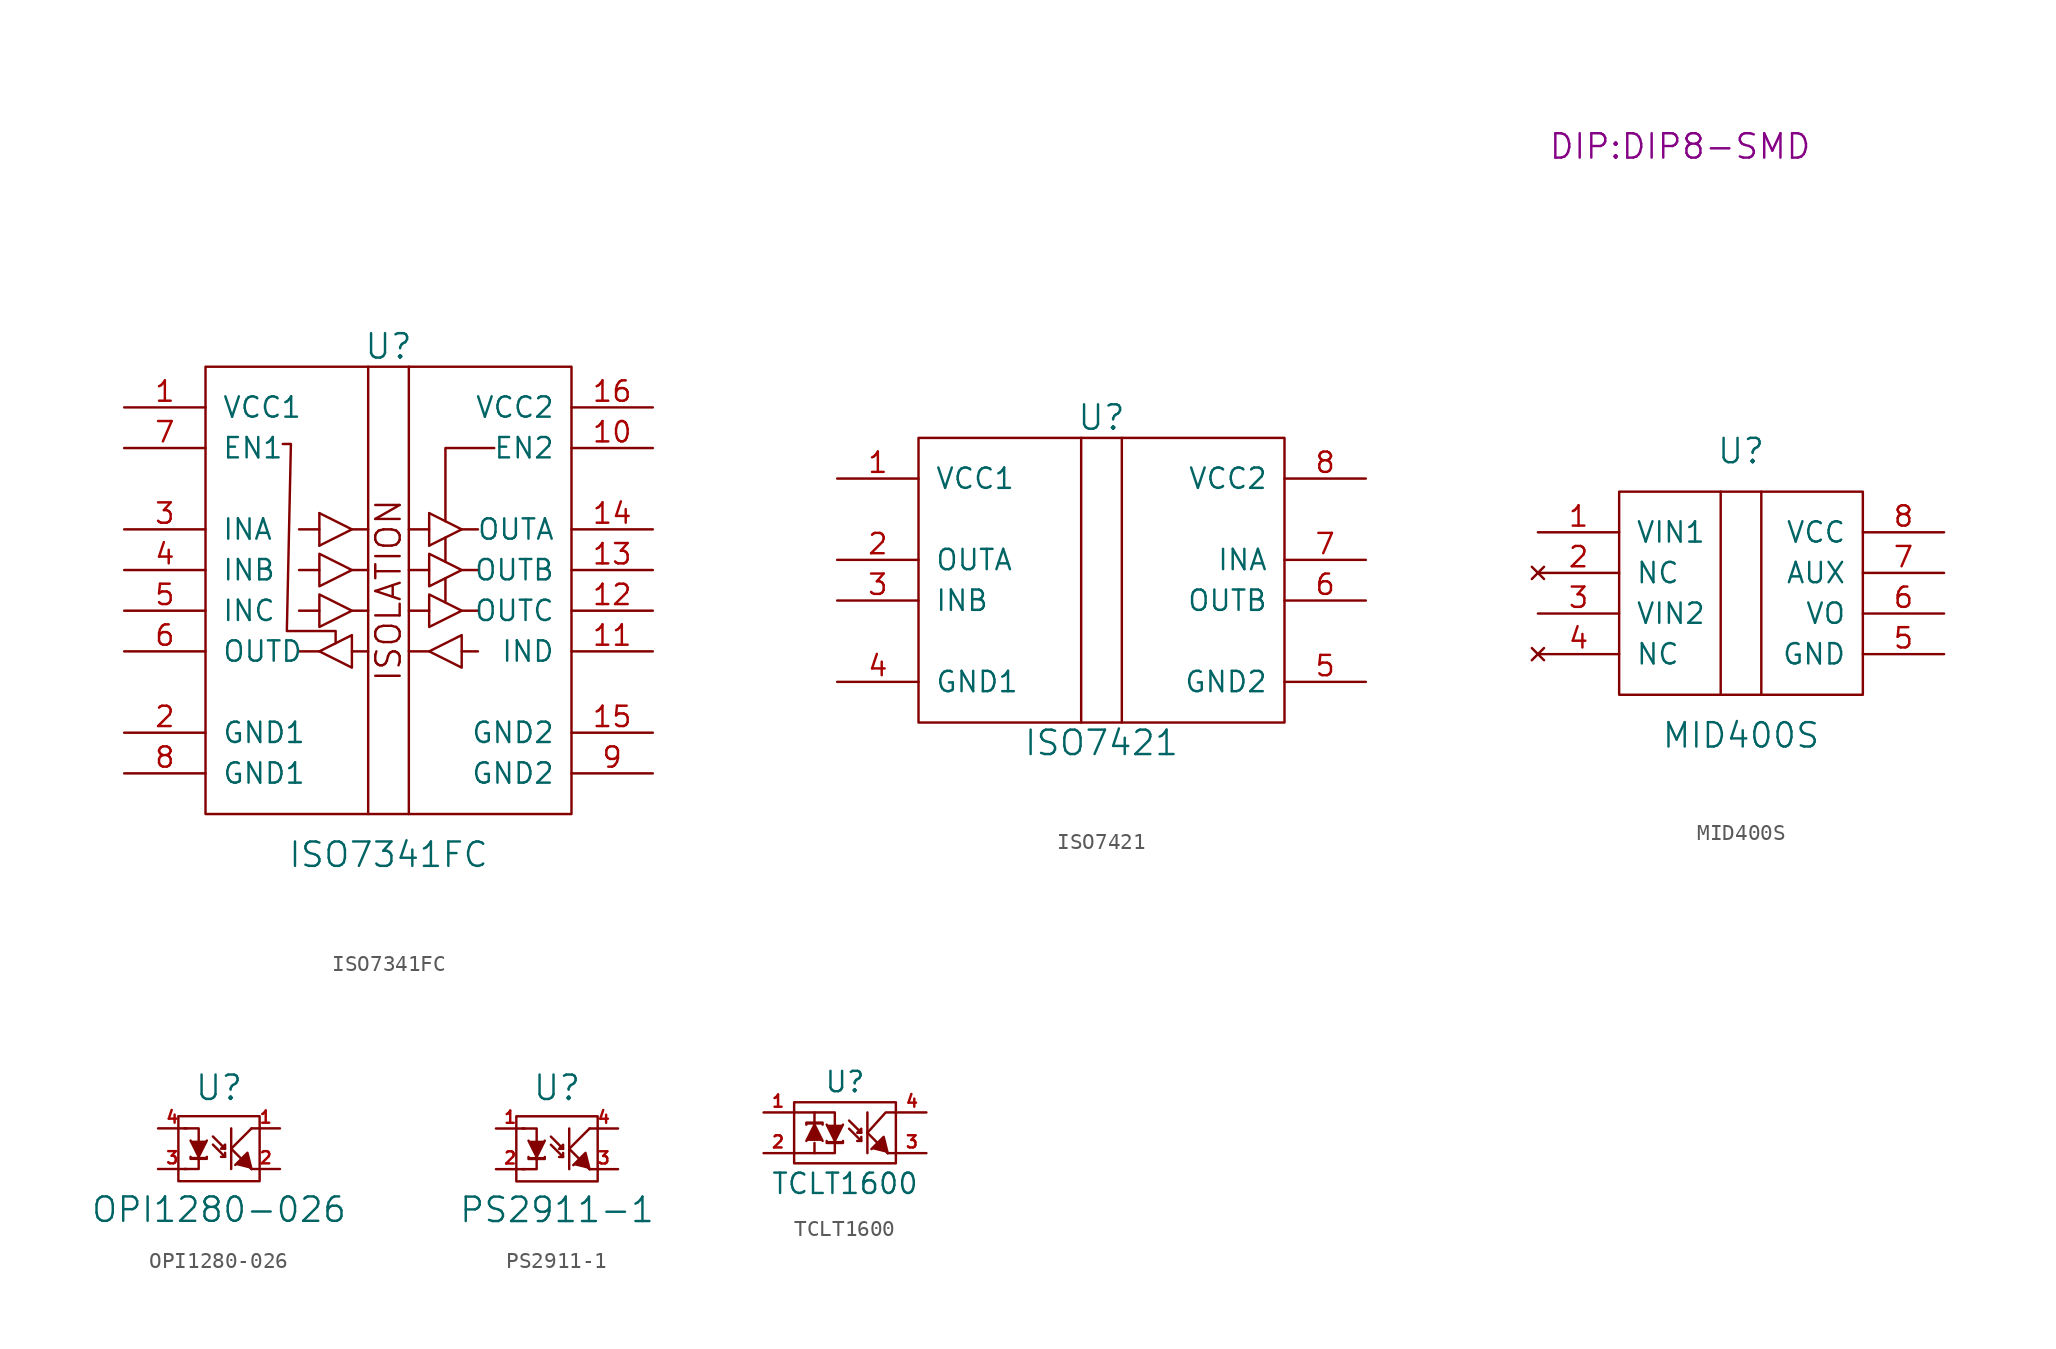
<source format=kicad_sym>
(kicad_symbol_lib
  (version 20201005)
  (generator kicad_symbol_editor)
  (symbol "ISO7341FC"
    (pin_names
      (offset 1.016))
    (property "Reference" "U"
      (at 0 15.24 0)
      (effects (font (size 1.524 1.524))))
    (property "Value" "ISO7341FC"
      (at 0 -16.51 0)
      (effects (font (size 1.524 1.524))))
    (property "Footprint" ""
      (at -3.81 27.94 0)
      (effects (font (size 1.524 1.524))))
    (symbol "ISO7341FC_0_0"
      (text "ISOLATION" (at 0 0 900) (effects (font (size 1.524 1.524)))))
    (symbol "ISO7341FC_0_1"
      (rectangle (start -11.43 13.97) (end 11.43 -13.97) (stroke (width 0)) (fill (type none)))
      (polyline (pts (xy -5.588 -3.81) (xy -4.318 -3.81)) (stroke (width 0)) (fill (type none)))
      (polyline (pts (xy -5.588 -1.27) (xy -4.318 -1.27)) (stroke (width 0)) (fill (type none)))
      (polyline (pts (xy -4.318 1.27) (xy -5.588 1.27)) (stroke (width 0)) (fill (type none)))
      (polyline (pts (xy -4.318 3.81) (xy -5.588 3.81)) (stroke (width 0)) (fill (type none)))
      (polyline (pts (xy -4.318 4.826) (xy -4.318 2.794)) (stroke (width 0)) (fill (type none)))
      (polyline (pts (xy -2.286 -3.81) (xy -1.27 -3.81)) (stroke (width 0)) (fill (type none)))
      (polyline (pts (xy -2.286 -1.27) (xy -1.27 -1.27)) (stroke (width 0)) (fill (type none)))
      (polyline (pts (xy -2.286 1.27) (xy -1.27 1.27)) (stroke (width 0)) (fill (type none)))
      (polyline (pts (xy -2.286 3.81) (xy -1.27 3.81)) (stroke (width 0)) (fill (type none)))
      (polyline (pts (xy -1.27 13.97) (xy -1.27 -13.97)) (stroke (width 0)) (fill (type none)))
      (polyline (pts (xy 1.27 -3.81) (xy 2.54 -3.81)) (stroke (width 0)) (fill (type none)))
      (polyline (pts (xy 1.27 -1.27) (xy 2.54 -1.27)) (stroke (width 0)) (fill (type none)))
      (polyline (pts (xy 1.27 13.97) (xy 1.27 -13.97)) (stroke (width 0)) (fill (type none)))
      (polyline (pts (xy 2.54 1.27) (xy 1.27 1.27)) (stroke (width 0)) (fill (type none)))
      (polyline (pts (xy 2.54 3.81) (xy 1.27 3.81)) (stroke (width 0)) (fill (type none)))
      (polyline (pts (xy 2.54 4.826) (xy 2.54 2.794)) (stroke (width 0)) (fill (type none)))
      (polyline (pts (xy 3.556 -0.762) (xy 3.556 0.762)) (stroke (width 0)) (fill (type none)))
      (polyline (pts (xy 3.556 1.778) (xy 3.556 3.302)) (stroke (width 0)) (fill (type none)))
      (polyline (pts (xy 4.572 -3.81) (xy 5.588 -3.81)) (stroke (width 0)) (fill (type none)))
      (polyline (pts (xy 4.572 -1.27) (xy 5.588 -1.27)) (stroke (width 0)) (fill (type none)))
      (polyline (pts (xy 4.572 1.27) (xy 5.588 1.27)) (stroke (width 0)) (fill (type none)))
      (polyline (pts (xy 4.572 3.81) (xy 5.588 3.81)) (stroke (width 0)) (fill (type none)))
      (polyline (pts (xy -4.318 4.826) (xy -2.286 3.81) (xy -4.318 2.794)) (stroke (width 0)) (fill (type none)))
      (polyline (pts (xy 2.54 4.826) (xy 4.572 3.81) (xy 2.54 2.794)) (stroke (width 0)) (fill (type none)))
      (polyline (pts (xy 3.556 4.318) (xy 3.556 8.89) (xy 6.604 8.89)) (stroke (width 0)) (fill (type none)))
      (polyline (pts (xy -4.318 -0.254) (xy -2.286 -1.27) (xy -4.318 -2.286) (xy -4.318 -0.254)) (stroke (width 0)) (fill (type none)))
      (polyline (pts (xy -4.318 2.286) (xy -2.286 1.27) (xy -4.318 0.254) (xy -4.318 2.286)) (stroke (width 0)) (fill (type none)))
      (polyline (pts (xy 2.54 -0.254) (xy 4.572 -1.27) (xy 2.54 -2.286) (xy 2.54 -0.254)) (stroke (width 0)) (fill (type none)))
      (polyline (pts (xy 2.54 2.286) (xy 4.572 1.27) (xy 2.54 0.254) (xy 2.54 2.286)) (stroke (width 0)) (fill (type none)))
      (polyline (pts (xy 4.572 -2.794) (xy 4.572 -4.826) (xy 2.54 -3.81) (xy 4.572 -2.794)) (stroke (width 0)) (fill (type none)))
      (polyline (pts (xy -6.604 9.144) (xy -6.096 9.144) (xy -6.35 -2.54) (xy -3.302 -2.54) (xy -3.302 -3.302)) (stroke (width 0)) (fill (type none)))
      (polyline (pts (xy -2.286 -2.794) (xy -2.286 -4.826) (xy -4.318 -3.81) (xy -2.286 -2.794) (xy -2.286 -4.826)) (stroke (width 0)) (fill (type none))))
    (symbol "ISO7341FC_1_1"
      (pin power_in line (at -16.51 11.43 0) (length 5.08) (name "VCC1" (effects (font (size 1.27 1.27)))) (number "1" (effects (font (size 1.27 1.27)))))
      (pin input line (at 16.51 8.89 180) (length 5.08) (name "EN2" (effects (font (size 1.27 1.27)))) (number "10" (effects (font (size 1.27 1.27)))))
      (pin input line (at 16.51 -3.81 180) (length 5.08) (name "IND" (effects (font (size 1.27 1.27)))) (number "11" (effects (font (size 1.27 1.27)))))
      (pin output line (at 16.51 -1.27 180) (length 5.08) (name "OUTC" (effects (font (size 1.27 1.27)))) (number "12" (effects (font (size 1.27 1.27)))))
      (pin output line (at 16.51 1.27 180) (length 5.08) (name "OUTB" (effects (font (size 1.27 1.27)))) (number "13" (effects (font (size 1.27 1.27)))))
      (pin output line (at 16.51 3.81 180) (length 5.08) (name "OUTA" (effects (font (size 1.27 1.27)))) (number "14" (effects (font (size 1.27 1.27)))))
      (pin power_in line (at 16.51 -8.89 180) (length 5.08) (name "GND2" (effects (font (size 1.27 1.27)))) (number "15" (effects (font (size 1.27 1.27)))))
      (pin power_in line (at 16.51 11.43 180) (length 5.08) (name "VCC2" (effects (font (size 1.27 1.27)))) (number "16" (effects (font (size 1.27 1.27)))))
      (pin power_in line (at -16.51 -8.89 0) (length 5.08) (name "GND1" (effects (font (size 1.27 1.27)))) (number "2" (effects (font (size 1.27 1.27)))))
      (pin input line (at -16.51 3.81 0) (length 5.08) (name "INA" (effects (font (size 1.27 1.27)))) (number "3" (effects (font (size 1.27 1.27)))))
      (pin input line (at -16.51 1.27 0) (length 5.08) (name "INB" (effects (font (size 1.27 1.27)))) (number "4" (effects (font (size 1.27 1.27)))))
      (pin input line (at -16.51 -1.27 0) (length 5.08) (name "INC" (effects (font (size 1.27 1.27)))) (number "5" (effects (font (size 1.27 1.27)))))
      (pin output line (at -16.51 -3.81 0) (length 5.08) (name "OUTD" (effects (font (size 1.27 1.27)))) (number "6" (effects (font (size 1.27 1.27)))))
      (pin input line (at -16.51 8.89 0) (length 5.08) (name "EN1" (effects (font (size 1.27 1.27)))) (number "7" (effects (font (size 1.27 1.27)))))
      (pin power_in line (at -16.51 -11.43 0) (length 5.08) (name "GND1" (effects (font (size 1.27 1.27)))) (number "8" (effects (font (size 1.27 1.27)))))
      (pin power_in line (at 16.51 -11.43 180) (length 5.08) (name "GND2" (effects (font (size 1.27 1.27)))) (number "9" (effects (font (size 1.27 1.27)))))))
  (symbol "ISO7421"
    (pin_names
      (offset 1.016))
    (property "Reference" "U"
      (at 0 10.16 0)
      (effects (font (size 1.524 1.524))))
    (property "Value" "ISO7421"
      (at 0 -10.16 0)
      (effects (font (size 1.524 1.524))))
    (property "Footprint" ""
      (at -3.81 27.94 0)
      (effects (font (size 1.524 1.524))))
    (symbol "ISO7421_0_1"
      (rectangle (start -11.43 8.89) (end 11.43 -8.89) (stroke (width 0)) (fill (type none)))
      (polyline (pts (xy -1.27 8.89) (xy -1.27 -8.89)) (stroke (width 0)) (fill (type none)))
      (polyline (pts (xy 1.27 8.89) (xy 1.27 -8.89)) (stroke (width 0)) (fill (type none))))
    (symbol "ISO7421_1_1"
      (pin power_in line (at -16.51 6.35 0) (length 5.08) (name "VCC1" (effects (font (size 1.27 1.27)))) (number "1" (effects (font (size 1.27 1.27)))))
      (pin output line (at -16.51 1.27 0) (length 5.08) (name "OUTA" (effects (font (size 1.27 1.27)))) (number "2" (effects (font (size 1.27 1.27)))))
      (pin input line (at -16.51 -1.27 0) (length 5.08) (name "INB" (effects (font (size 1.27 1.27)))) (number "3" (effects (font (size 1.27 1.27)))))
      (pin power_in line (at -16.51 -6.35 0) (length 5.08) (name "GND1" (effects (font (size 1.27 1.27)))) (number "4" (effects (font (size 1.27 1.27)))))
      (pin power_in line (at 16.51 -6.35 180) (length 5.08) (name "GND2" (effects (font (size 1.27 1.27)))) (number "5" (effects (font (size 1.27 1.27)))))
      (pin output line (at 16.51 -1.27 180) (length 5.08) (name "OUTB" (effects (font (size 1.27 1.27)))) (number "6" (effects (font (size 1.27 1.27)))))
      (pin input line (at 16.51 1.27 180) (length 5.08) (name "INA" (effects (font (size 1.27 1.27)))) (number "7" (effects (font (size 1.27 1.27)))))
      (pin power_in line (at 16.51 6.35 180) (length 5.08) (name "VCC2" (effects (font (size 1.27 1.27)))) (number "8" (effects (font (size 1.27 1.27)))))))
  (symbol "MID400S"
    (pin_names
      (offset 1.016))
    (property "Reference" "U"
      (at 0 8.89 0)
      (effects (font (size 1.524 1.524))))
    (property "Value" "MID400S"
      (at 0 -8.89 0)
      (effects (font (size 1.524 1.524))))
    (property "Footprint" "DIP:DIP8-SMD"
      (at -3.81 27.94 0)
      (effects (font (size 1.524 1.524))))
    (symbol "MID400S_0_1"
      (rectangle (start -7.62 6.35) (end 7.62 -6.35) (stroke (width 0)) (fill (type none)))
      (polyline (pts (xy -1.27 6.35) (xy -1.27 -6.35)) (stroke (width 0)) (fill (type none)))
      (polyline (pts (xy 1.27 6.35) (xy 1.27 -6.35)) (stroke (width 0)) (fill (type none))))
    (symbol "MID400S_1_1"
      (pin power_in line (at -12.7 3.81 0) (length 5.08) (name "VIN1" (effects (font (size 1.27 1.27)))) (number "1" (effects (font (size 1.27 1.27)))))
      (pin unconnected line (at -12.7 1.27 0) (length 5.08) (name "NC" (effects (font (size 1.27 1.27)))) (number "2" (effects (font (size 1.27 1.27)))))
      (pin power_in line (at -12.7 -1.27 0) (length 5.08) (name "VIN2" (effects (font (size 1.27 1.27)))) (number "3" (effects (font (size 1.27 1.27)))))
      (pin unconnected line (at -12.7 -3.81 0) (length 5.08) (name "NC" (effects (font (size 1.27 1.27)))) (number "4" (effects (font (size 1.27 1.27)))))
      (pin power_in line (at 12.7 -3.81 180) (length 5.08) (name "GND" (effects (font (size 1.27 1.27)))) (number "5" (effects (font (size 1.27 1.27)))))
      (pin output line (at 12.7 -1.27 180) (length 5.08) (name "VO" (effects (font (size 1.27 1.27)))) (number "6" (effects (font (size 1.27 1.27)))))
      (pin output line (at 12.7 1.27 180) (length 5.08) (name "AUX" (effects (font (size 1.27 1.27)))) (number "7" (effects (font (size 1.27 1.27)))))
      (pin power_in line (at 12.7 3.81 180) (length 5.08) (name "VCC" (effects (font (size 1.27 1.27)))) (number "8" (effects (font (size 1.27 1.27)))))))
  (symbol "OPI1280-026"
    (pin_names
      (offset 0) hide)
    (property "Reference" "U"
      (at 0 3.81 0)
      (effects (font (size 1.524 1.524))))
    (property "Value" "OPI1280-026"
      (at 0 -3.81 0)
      (effects (font (size 1.524 1.524))))
    (symbol "OPI1280-026_0_1"
      (rectangle (start 2.54 2.032) (end -2.54 -2.032) (stroke (width 0)) (fill (type none)))
      (polyline (pts (xy 0.381 0) (xy -0.381 0.762) (xy -0.381 0.762)) (stroke (width 0)) (fill (type none)))
      (polyline (pts (xy 0.762 0) (xy 2.032 -1.27) (xy 2.032 -1.27)) (stroke (width 0)) (fill (type outline)))
      (polyline (pts (xy 0.762 0) (xy 2.032 1.27) (xy 2.032 1.27)) (stroke (width 0)) (fill (type outline)))
      (polyline (pts (xy 0.762 1.27) (xy 0.762 -1.27) (xy 0.762 -1.27)) (stroke (width 0)) (fill (type outline)))
      (polyline (pts (xy -0.762 0.508) (xy -1.27 -0.508) (xy -1.778 0.508) (xy -1.778 0.508)) (stroke (width 0)) (fill (type outline)))
      (polyline (pts (xy 0.381 -0.508) (xy -0.381 0.254) (xy -0.381 0.254) (xy -0.381 0.254)) (stroke (width 0)) (fill (type none)))
      (polyline (pts (xy 0.381 -0.254) (xy 0.381 -0.508) (xy 0.127 -0.508) (xy 0.127 -0.508)) (stroke (width 0)) (fill (type outline)))
      (polyline (pts (xy 2.032 -1.27) (xy 1.778 -0.254) (xy 1.016 -1.016) (xy 1.016 -1.016)) (stroke (width 0)) (fill (type outline)))
      (polyline (pts (xy -2.159 1.27) (xy -1.27 1.27) (xy -1.27 -1.27) (xy -2.159 -1.27) (xy -2.159 -1.27)) (stroke (width 0)) (fill (type none)))
      (polyline (pts (xy -1.778 -0.508) (xy -1.778 -0.635) (xy -0.762 -0.635) (xy -0.762 -0.508) (xy -0.762 -0.508)) (stroke (width 0)) (fill (type outline)))
      (polyline (pts (xy 0.127 0) (xy 0.381 0) (xy 0.381 0.254) (xy 0.127 0) (xy 0.127 0)) (stroke (width 0)) (fill (type outline))))
    (symbol "OPI1280-026_1_1"
      (pin passive line (at 3.81 1.27 180) (length 1.778) (name "C" (effects (font (size 0.762 0.762)))) (number "1" (effects (font (size 0.762 0.762)))))
      (pin passive line (at 3.81 -1.27 180) (length 1.778) (name "E" (effects (font (size 0.762 0.762)))) (number "2" (effects (font (size 0.762 0.762)))))
      (pin passive line (at -3.81 -1.27 0) (length 1.778) (name "IN_2" (effects (font (size 0.762 0.762)))) (number "3" (effects (font (size 0.762 0.762)))))
      (pin passive line (at -3.81 1.27 0) (length 1.778) (name "IN_1" (effects (font (size 0.762 0.762)))) (number "4" (effects (font (size 0.762 0.762)))))))
  (symbol "PS2911-1"
    (pin_names
      (offset 0) hide)
    (property "Reference" "U"
      (at 0 3.81 0)
      (effects (font (size 1.524 1.524))))
    (property "Value" "PS2911-1"
      (at 0 -3.81 0)
      (effects (font (size 1.524 1.524))))
    (symbol "PS2911-1_0_1"
      (rectangle (start 2.54 2.032) (end -2.54 -2.032) (stroke (width 0)) (fill (type none)))
      (polyline (pts (xy 0.381 0) (xy -0.381 0.762) (xy -0.381 0.762)) (stroke (width 0)) (fill (type none)))
      (polyline (pts (xy 0.762 0) (xy 2.032 -1.27) (xy 2.032 -1.27)) (stroke (width 0)) (fill (type outline)))
      (polyline (pts (xy 0.762 0) (xy 2.032 1.27) (xy 2.032 1.27)) (stroke (width 0)) (fill (type outline)))
      (polyline (pts (xy 0.762 1.27) (xy 0.762 -1.27) (xy 0.762 -1.27)) (stroke (width 0)) (fill (type outline)))
      (polyline (pts (xy -0.762 0.508) (xy -1.27 -0.508) (xy -1.778 0.508) (xy -1.778 0.508)) (stroke (width 0)) (fill (type outline)))
      (polyline (pts (xy 0.381 -0.508) (xy -0.381 0.254) (xy -0.381 0.254) (xy -0.381 0.254)) (stroke (width 0)) (fill (type none)))
      (polyline (pts (xy 0.381 -0.254) (xy 0.381 -0.508) (xy 0.127 -0.508) (xy 0.127 -0.508)) (stroke (width 0)) (fill (type outline)))
      (polyline (pts (xy 2.032 -1.27) (xy 1.778 -0.254) (xy 1.016 -1.016) (xy 1.016 -1.016)) (stroke (width 0)) (fill (type outline)))
      (polyline (pts (xy -2.159 1.27) (xy -1.27 1.27) (xy -1.27 -1.27) (xy -2.159 -1.27) (xy -2.159 -1.27)) (stroke (width 0)) (fill (type none)))
      (polyline (pts (xy -1.778 -0.508) (xy -1.778 -0.635) (xy -0.762 -0.635) (xy -0.762 -0.508) (xy -0.762 -0.508)) (stroke (width 0)) (fill (type outline)))
      (polyline (pts (xy 0.127 0) (xy 0.381 0) (xy 0.381 0.254) (xy 0.127 0) (xy 0.127 0)) (stroke (width 0)) (fill (type outline))))
    (symbol "PS2911-1_1_1"
      (pin passive line (at -3.81 1.27 0) (length 1.778) (name "IN_1" (effects (font (size 0.762 0.762)))) (number "1" (effects (font (size 0.762 0.762)))))
      (pin passive line (at -3.81 -1.27 0) (length 1.778) (name "IN_2" (effects (font (size 0.762 0.762)))) (number "2" (effects (font (size 0.762 0.762)))))
      (pin passive line (at 3.81 -1.27 180) (length 1.778) (name "E" (effects (font (size 0.762 0.762)))) (number "3" (effects (font (size 0.762 0.762)))))
      (pin passive line (at 3.81 1.27 180) (length 1.778) (name "C" (effects (font (size 0.762 0.762)))) (number "4" (effects (font (size 0.762 0.762)))))))
  (symbol "TCLT1600"
    (pin_names
      (offset 0) hide)
    (property "Reference" "U"
      (at 0 3.175 0)
      (effects (font (size 1.27 1.27))))
    (property "Value" "TCLT1600"
      (at 0 -3.175 0)
      (effects (font (size 1.27 1.27))))
    (symbol "TCLT1600_0_1"
      (rectangle (start -3.175 1.905) (end 3.175 -1.905) (stroke (width 0)) (fill (type none)))
      (polyline (pts (xy -1.905 -1.27) (xy -1.905 -0.635)) (stroke (width 0)) (fill (type none)))
      (polyline (pts (xy -1.905 0.635) (xy -1.905 1.27)) (stroke (width 0)) (fill (type none)))
      (polyline (pts (xy 1.397 0) (xy 2.667 -1.27)) (stroke (width 0)) (fill (type none)))
      (polyline (pts (xy 3.175 -1.27) (xy 2.667 -1.27)) (stroke (width 0)) (fill (type none)))
      (polyline (pts (xy 1.016 0) (xy 0.254 0.762) (xy 0.254 0.762)) (stroke (width 0)) (fill (type none)))
      (polyline (pts (xy 1.397 0) (xy 2.54 1.27) (xy 3.175 1.27)) (stroke (width 0)) (fill (type none)))
      (polyline (pts (xy 1.397 1.27) (xy 1.397 -1.27) (xy 1.397 -1.27)) (stroke (width 0)) (fill (type outline)))
      (polyline (pts (xy -2.413 -0.508) (xy -1.905 0.508) (xy -1.397 -0.508) (xy -1.397 -0.508)) (stroke (width 0)) (fill (type outline)))
      (polyline (pts (xy -0.127 0.508) (xy -0.635 -0.508) (xy -1.143 0.508) (xy -1.143 0.508)) (stroke (width 0)) (fill (type outline)))
      (polyline (pts (xy 1.016 -0.508) (xy 0.254 0.254) (xy 0.254 0.254) (xy 0.254 0.254)) (stroke (width 0)) (fill (type none)))
      (polyline (pts (xy 1.016 -0.254) (xy 1.016 -0.508) (xy 0.762 -0.508) (xy 0.762 -0.508)) (stroke (width 0)) (fill (type outline)))
      (polyline (pts (xy 2.667 -1.27) (xy 2.413 -0.254) (xy 1.651 -1.016) (xy 1.651 -1.016)) (stroke (width 0)) (fill (type outline)))
      (polyline (pts (xy -3.175 1.27) (xy -0.635 1.27) (xy -0.635 -1.27) (xy -3.175 -1.27) (xy -1.524 -1.27)) (stroke (width 0)) (fill (type none)))
      (polyline (pts (xy -1.397 0.508) (xy -1.397 0.635) (xy -2.413 0.635) (xy -2.413 0.508) (xy -2.413 0.508)) (stroke (width 0)) (fill (type outline)))
      (polyline (pts (xy -1.143 -0.508) (xy -1.143 -0.635) (xy -0.127 -0.635) (xy -0.127 -0.508) (xy -0.127 -0.508)) (stroke (width 0)) (fill (type outline)))
      (polyline (pts (xy 0.762 0) (xy 1.016 0) (xy 1.016 0.254) (xy 0.762 0) (xy 0.762 0)) (stroke (width 0)) (fill (type outline))))
    (symbol "TCLT1600_1_1"
      (pin passive line (at -5.08 1.27 0) (length 1.803) (name "IN_1" (effects (font (size 0.762 0.762)))) (number "1" (effects (font (size 0.762 0.762)))))
      (pin passive line (at -5.08 -1.27 0) (length 1.803) (name "IN_2" (effects (font (size 0.762 0.762)))) (number "2" (effects (font (size 0.762 0.762)))))
      (pin passive line (at 5.08 -1.27 180) (length 1.803) (name "E" (effects (font (size 0.762 0.762)))) (number "3" (effects (font (size 0.762 0.762)))))
      (pin passive line (at 5.08 1.27 180) (length 1.803) (name "C" (effects (font (size 0.762 0.762)))) (number "4" (effects (font (size 0.762 0.762))))))))
</source>
